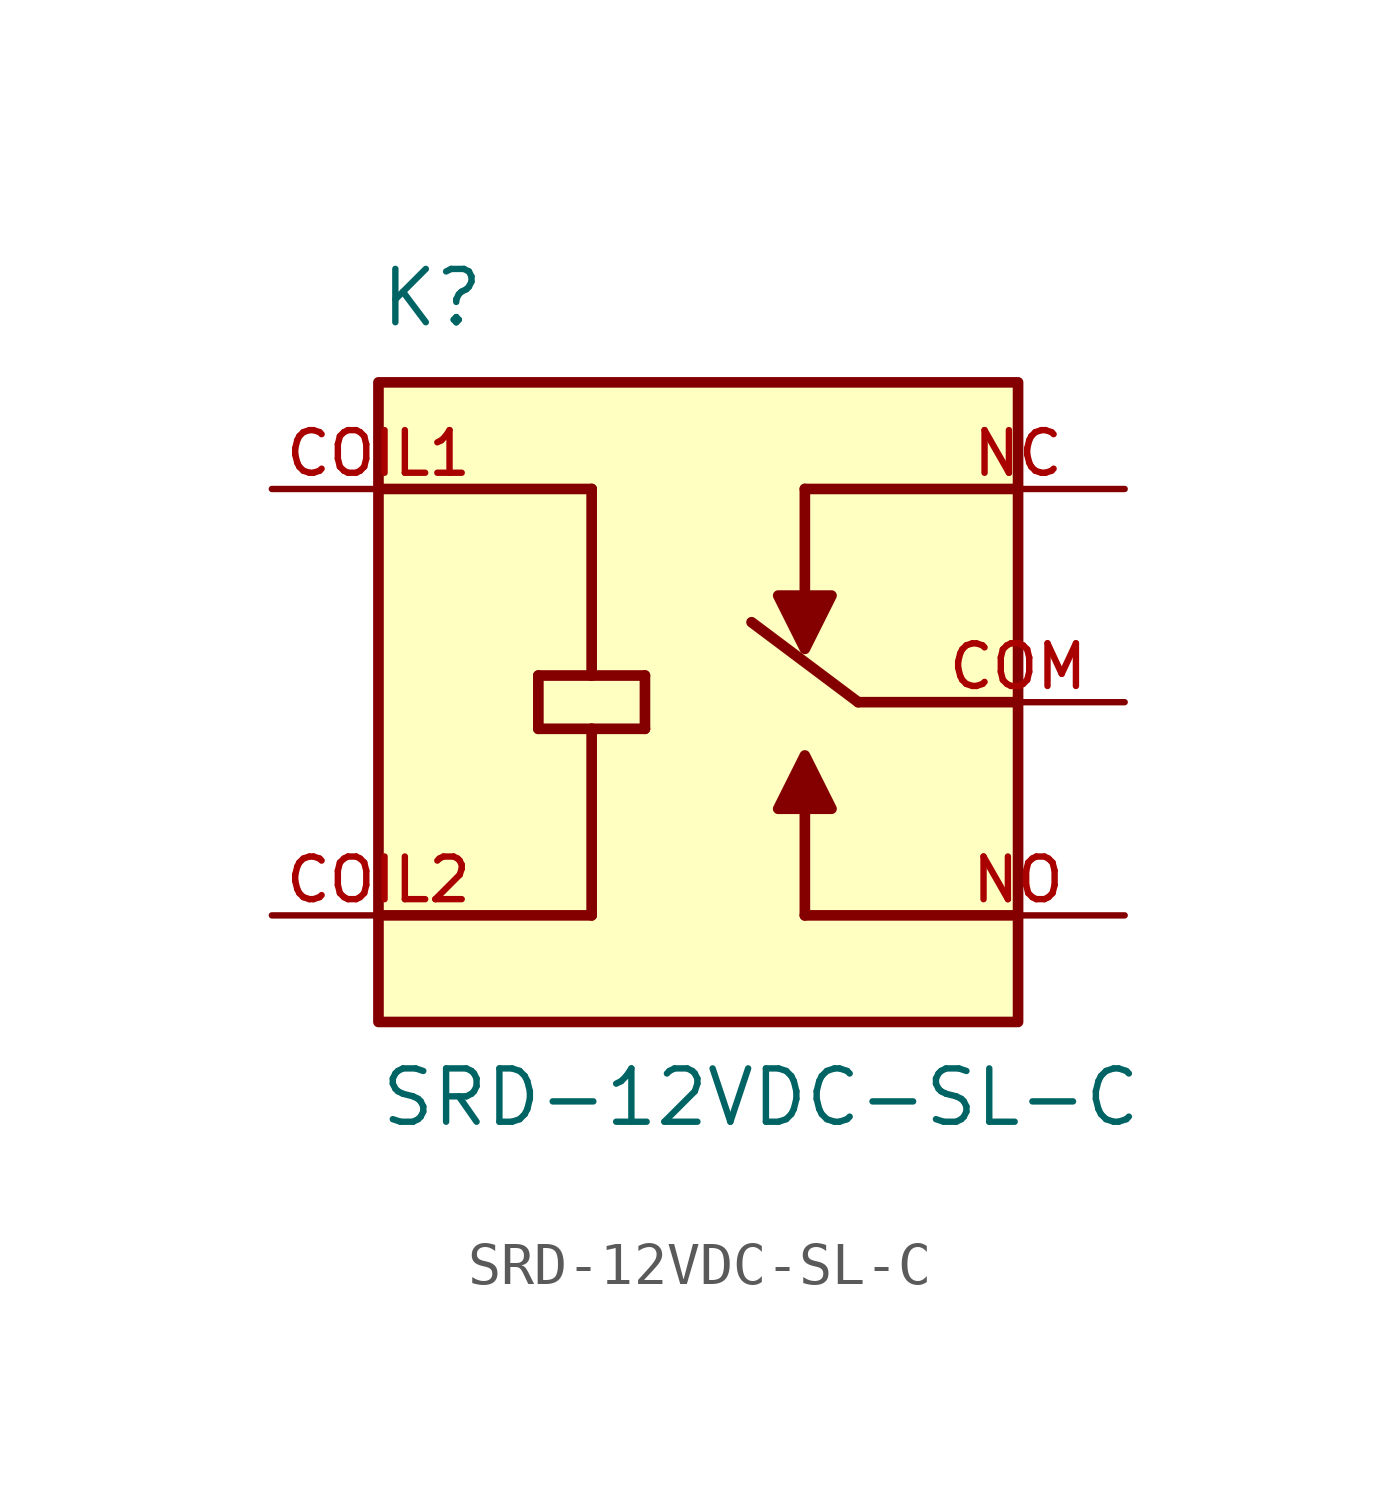
<source format=kicad_sym>
(kicad_symbol_lib
  (version 20211014)
  (generator kicad_symbol_editor)
  (symbol "SRD-12VDC-SL-C"
    (pin_names
      (offset 1.016))
    (property "Reference" "K"
      (at -7.62 8.89 0)
      (effects (font (size 1.27 1.27)) (justify bottom left)))
    (property "Value" "SRD-12VDC-SL-C"
      (at -7.62 -10.16 0)
      (effects (font (size 1.27 1.27)) (justify bottom left)))
    (symbol "SRD-12VDC-SL-C_0_0"
      (polyline (pts (xy 7.62 0.0) (xy 3.81 0.0)) (stroke (width 0.254)))
      (polyline (pts (xy 7.62 -5.08) (xy 2.54 -5.08)) (stroke (width 0.254)))
      (polyline (pts (xy 2.54 -5.08) (xy 2.54 -2.54)) (stroke (width 0.254)))
      (polyline (pts (xy 1.905 -2.54) (xy 3.175 -2.54) (xy 2.54 -1.27) (xy 1.905 -2.54)) (stroke (width 0.254)) (fill (type outline)))
      (polyline (pts (xy -7.62 5.08) (xy -2.54 5.08)) (stroke (width 0.254)))
      (polyline (pts (xy -3.81 0.635) (xy -2.54 0.635)) (stroke (width 0.254)))
      (polyline (pts (xy -2.54 0.635) (xy -1.27 0.635)) (stroke (width 0.254)))
      (polyline (pts (xy -1.27 0.635) (xy -1.27 -0.635)) (stroke (width 0.254)))
      (polyline (pts (xy -1.27 -0.635) (xy -2.54 -0.635)) (stroke (width 0.254)))
      (polyline (pts (xy -2.54 -0.635) (xy -3.81 -0.635)) (stroke (width 0.254)))
      (polyline (pts (xy -3.81 -0.635) (xy -3.81 0.635)) (stroke (width 0.254)))
      (polyline (pts (xy -7.62 -5.08) (xy -2.54 -5.08)) (stroke (width 0.254)))
      (polyline (pts (xy -2.54 5.08) (xy -2.54 0.635)) (stroke (width 0.254)))
      (polyline (pts (xy -2.54 -0.635) (xy -2.54 -5.08)) (stroke (width 0.254)))
      (polyline (pts (xy 2.54 5.08) (xy 2.54 2.54)) (stroke (width 0.254)))
      (polyline (pts (xy 3.175 2.54) (xy 1.905 2.54) (xy 2.54 1.27) (xy 3.175 2.54)) (stroke (width 0.254)) (fill (type outline)))
      (polyline (pts (xy 2.54 5.08) (xy 7.62 5.08)) (stroke (width 0.254)))
      (polyline (pts (xy 3.81 0.0) (xy 1.27 1.905)) (stroke (width 0.254)))
      (rectangle (start -7.62 -7.62) (end 7.62 7.62) (stroke (width 0.254)) (fill (type background)))
      (pin passive line (at 10.16 0.0 180.0) (length 5.08) (name "~" (effects (font (size 1.016 1.016)))) (number "COM" (effects (font (size 1.016 1.016)))))
      (pin passive line (at 10.16 -5.08 180.0) (length 5.08) (name "~" (effects (font (size 1.016 1.016)))) (number "NO" (effects (font (size 1.016 1.016)))))
      (pin passive line (at -10.16 5.08 0) (length 5.08) (name "~" (effects (font (size 1.016 1.016)))) (number "COIL1" (effects (font (size 1.016 1.016)))))
      (pin passive line (at -10.16 -5.08 0) (length 5.08) (name "~" (effects (font (size 1.016 1.016)))) (number "COIL2" (effects (font (size 1.016 1.016)))))
      (pin passive line (at 10.16 5.08 180.0) (length 5.08) (name "~" (effects (font (size 1.016 1.016)))) (number "NC" (effects (font (size 1.016 1.016))))))))
</source>
